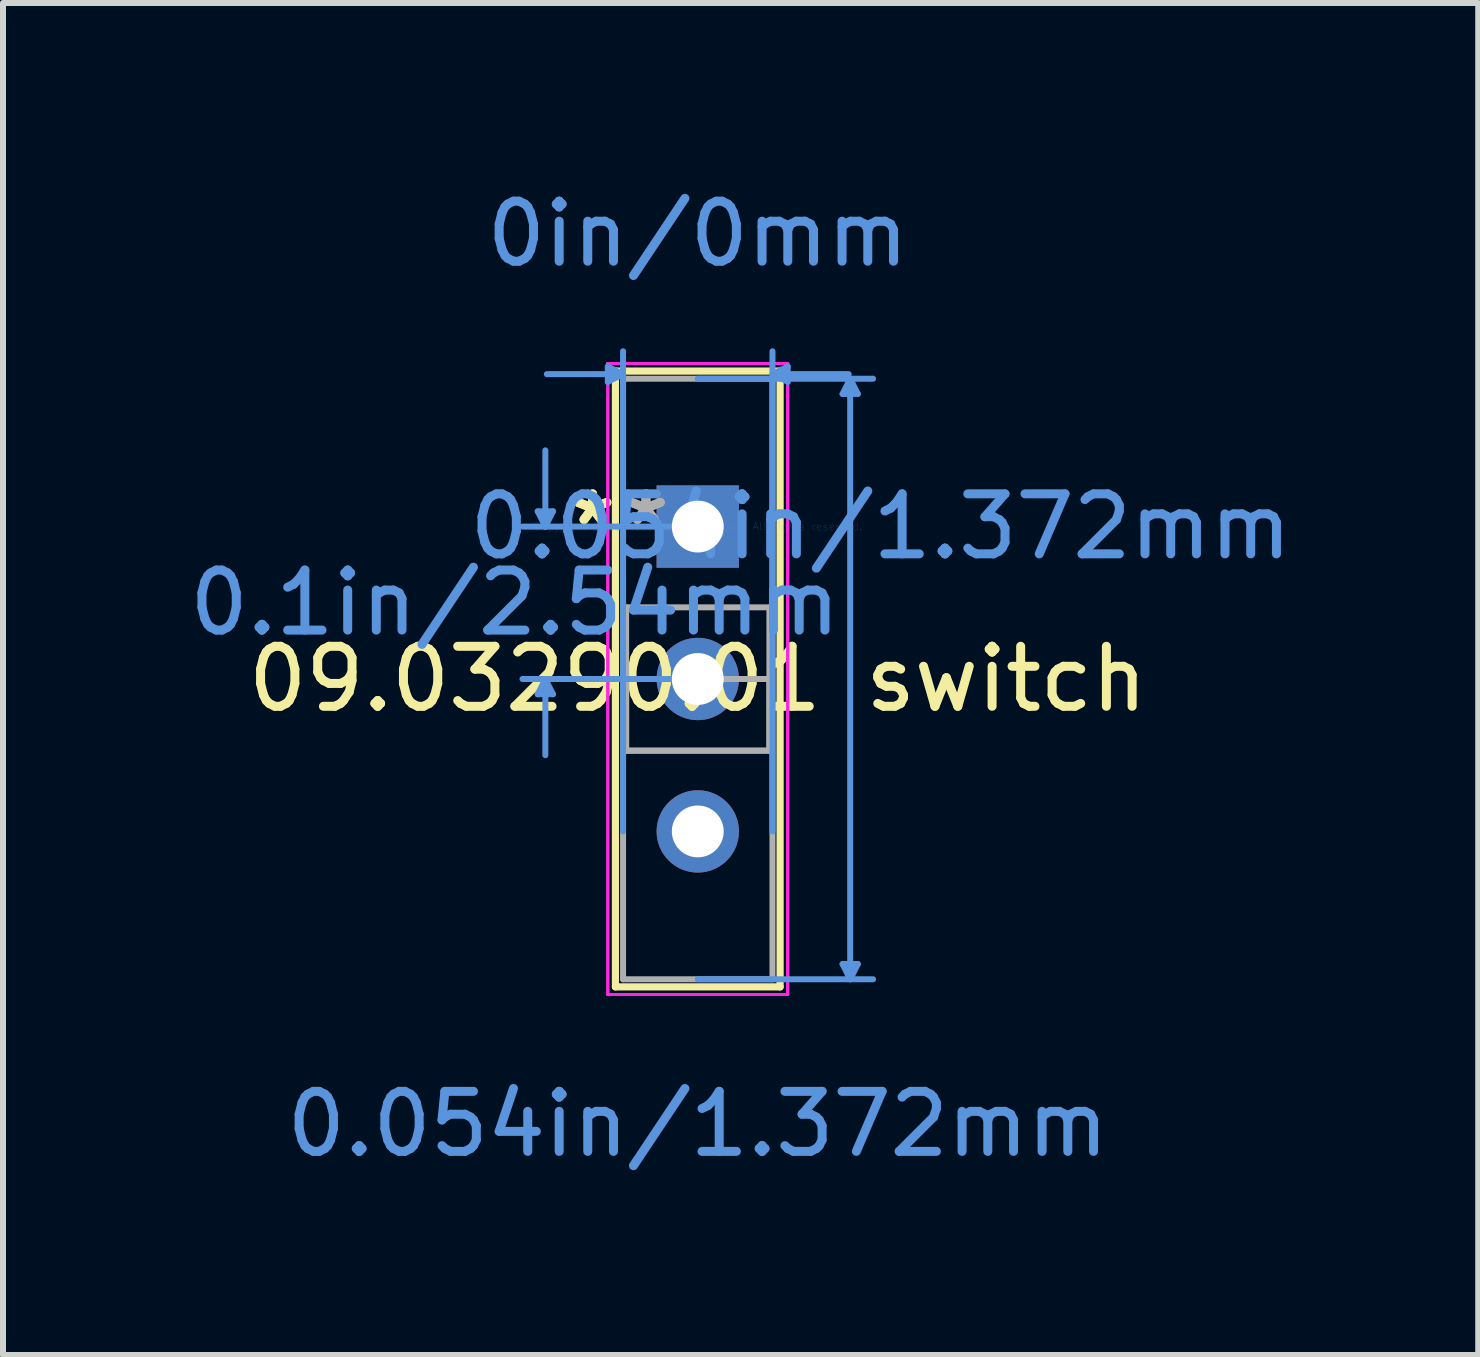
<source format=kicad_pcb>
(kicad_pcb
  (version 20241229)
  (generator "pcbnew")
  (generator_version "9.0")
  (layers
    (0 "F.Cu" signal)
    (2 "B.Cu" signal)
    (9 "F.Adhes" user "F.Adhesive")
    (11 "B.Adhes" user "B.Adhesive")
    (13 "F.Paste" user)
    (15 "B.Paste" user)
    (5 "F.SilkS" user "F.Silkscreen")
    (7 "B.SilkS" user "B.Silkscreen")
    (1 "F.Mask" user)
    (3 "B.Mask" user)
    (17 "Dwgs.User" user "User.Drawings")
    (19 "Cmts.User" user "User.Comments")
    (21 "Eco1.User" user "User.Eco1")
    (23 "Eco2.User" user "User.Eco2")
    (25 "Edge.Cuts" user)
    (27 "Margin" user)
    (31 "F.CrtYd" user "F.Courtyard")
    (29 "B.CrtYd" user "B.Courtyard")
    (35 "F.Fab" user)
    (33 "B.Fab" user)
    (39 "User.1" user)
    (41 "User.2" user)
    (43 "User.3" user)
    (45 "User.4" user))
  (footprint "09.03290.01 switch"
    (layer "F.Cu")
    (at 8.578 5.725)
    (property "Reference" "09.03290.01 switch" (at 0 2.54 0) (layer "F.SilkS") (effects (font (size 1 1) (thickness 0.15))))
    (attr through_hole)
    (fp_line (start -1.372 -2.591) (end -1.372 7.671) (stroke (width 0.12) (type solid)) (layer "F.SilkS"))
    (fp_line (start -1.372 7.671) (end 1.372 7.671) (stroke (width 0.12) (type solid)) (layer "F.SilkS"))
    (fp_line (start 1.372 -2.591) (end -1.372 -2.591) (stroke (width 0.12) (type solid)) (layer "F.SilkS"))
    (fp_line (start 1.372 7.671) (end 1.372 -2.591) (stroke (width 0.12) (type solid)) (layer "F.SilkS"))
    (fp_line (start -2.667 -0.254) (end -2.413 -0.254) (stroke (width 0.1) (type solid)) (layer "Cmts.User"))
    (fp_line (start -2.667 2.794) (end -2.413 2.794) (stroke (width 0.1) (type solid)) (layer "Cmts.User"))
    (fp_line (start -2.54 0) (end -2.667 -0.254) (stroke (width 0.1) (type solid)) (layer "Cmts.User"))
    (fp_line (start -2.54 0) (end -2.54 -1.27) (stroke (width 0.1) (type solid)) (layer "Cmts.User"))
    (fp_line (start -2.54 0) (end -2.413 -0.254) (stroke (width 0.1) (type solid)) (layer "Cmts.User"))
    (fp_line (start -2.54 2.54) (end -2.667 2.794) (stroke (width 0.1) (type solid)) (layer "Cmts.User"))
    (fp_line (start -2.54 2.54) (end -2.54 3.81) (stroke (width 0.1) (type solid)) (layer "Cmts.User"))
    (fp_line (start -2.54 2.54) (end -2.413 2.794) (stroke (width 0.1) (type solid)) (layer "Cmts.User"))
    (fp_line (start -1.499 -2.667) (end -1.499 -2.413) (stroke (width 0.1) (type solid)) (layer "Cmts.User"))
    (fp_line (start -1.245 -2.54) (end -2.515 -2.54) (stroke (width 0.1) (type solid)) (layer "Cmts.User"))
    (fp_line (start -1.245 -2.54) (end -1.499 -2.667) (stroke (width 0.1) (type solid)) (layer "Cmts.User"))
    (fp_line (start -1.245 -2.54) (end -1.499 -2.413) (stroke (width 0.1) (type solid)) (layer "Cmts.User"))
    (fp_line (start -1.245 5.08) (end -1.245 -2.921) (stroke (width 0.1) (type solid)) (layer "Cmts.User"))
    (fp_line (start 0 -2.464) (end 2.921 -2.464) (stroke (width 0.1) (type solid)) (layer "Cmts.User"))
    (fp_line (start 0 0) (end -2.921 0) (stroke (width 0.1) (type solid)) (layer "Cmts.User"))
    (fp_line (start 0 2.54) (end -2.921 2.54) (stroke (width 0.1) (type solid)) (layer "Cmts.User"))
    (fp_line (start 0 7.544) (end 2.921 7.544) (stroke (width 0.1) (type solid)) (layer "Cmts.User"))
    (fp_line (start 1.245 -2.54) (end 1.499 -2.667) (stroke (width 0.1) (type solid)) (layer "Cmts.User"))
    (fp_line (start 1.245 -2.54) (end 1.499 -2.413) (stroke (width 0.1) (type solid)) (layer "Cmts.User"))
    (fp_line (start 1.245 -2.54) (end 2.515 -2.54) (stroke (width 0.1) (type solid)) (layer "Cmts.User"))
    (fp_line (start 1.245 5.08) (end 1.245 -2.921) (stroke (width 0.1) (type solid)) (layer "Cmts.User"))
    (fp_line (start 1.499 -2.667) (end 1.499 -2.413) (stroke (width 0.1) (type solid)) (layer "Cmts.User"))
    (fp_line (start 2.413 -2.21) (end 2.667 -2.21) (stroke (width 0.1) (type solid)) (layer "Cmts.User"))
    (fp_line (start 2.413 7.29) (end 2.667 7.29) (stroke (width 0.1) (type solid)) (layer "Cmts.User"))
    (fp_line (start 2.54 -2.464) (end 2.413 -2.21) (stroke (width 0.1) (type solid)) (layer "Cmts.User"))
    (fp_line (start 2.54 -2.464) (end 2.54 7.544) (stroke (width 0.1) (type solid)) (layer "Cmts.User"))
    (fp_line (start 2.54 -2.464) (end 2.667 -2.21) (stroke (width 0.1) (type solid)) (layer "Cmts.User"))
    (fp_line (start 2.54 7.544) (end 2.413 7.29) (stroke (width 0.1) (type solid)) (layer "Cmts.User"))
    (fp_line (start 2.54 7.544) (end 2.667 7.29) (stroke (width 0.1) (type solid)) (layer "Cmts.User"))
    (fp_line (start -1.499 -2.718) (end -1.499 7.798) (stroke (width 0.05) (type solid)) (layer "F.CrtYd"))
    (fp_line (start -1.499 -2.718) (end 1.499 -2.718) (stroke (width 0.05) (type solid)) (layer "F.CrtYd"))
    (fp_line (start -1.499 7.798) (end -1.499 -2.718) (stroke (width 0.05) (type solid)) (layer "F.CrtYd"))
    (fp_line (start -1.499 7.798) (end 1.499 7.798) (stroke (width 0.05) (type solid)) (layer "F.CrtYd"))
    (fp_line (start 1.499 -2.718) (end -1.499 -2.718) (stroke (width 0.05) (type solid)) (layer "F.CrtYd"))
    (fp_line (start 1.499 -2.718) (end 1.499 7.798) (stroke (width 0.05) (type solid)) (layer "F.CrtYd"))
    (fp_line (start 1.499 7.798) (end -1.499 7.798) (stroke (width 0.05) (type solid)) (layer "F.CrtYd"))
    (fp_line (start 1.499 7.798) (end 1.499 -2.718) (stroke (width 0.05) (type solid)) (layer "F.CrtYd"))
    (fp_line (start -1.245 -2.464) (end -1.245 7.544) (stroke (width 0.1) (type solid)) (layer "F.Fab"))
    (fp_line (start -1.245 7.544) (end 1.245 7.544) (stroke (width 0.1) (type solid)) (layer "F.Fab"))
    (fp_line (start -1.194 1.346) (end 1.194 1.346) (stroke (width 0.1) (type solid)) (layer "F.Fab"))
    (fp_line (start -1.194 2.54) (end 1.194 2.54) (stroke (width 0.1) (type solid)) (layer "F.Fab"))
    (fp_line (start -1.194 3.734) (end -1.194 1.346) (stroke (width 0.1) (type solid)) (layer "F.Fab"))
    (fp_line (start -1.194 3.734) (end -1.194 2.54) (stroke (width 0.1) (type solid)) (layer "F.Fab"))
    (fp_line (start 1.194 1.346) (end 1.194 3.734) (stroke (width 0.1) (type solid)) (layer "F.Fab"))
    (fp_line (start 1.194 2.54) (end 1.194 3.734) (stroke (width 0.1) (type solid)) (layer "F.Fab"))
    (fp_line (start 1.194 3.734) (end -1.194 3.734) (stroke (width 0.1) (type solid)) (layer "F.Fab"))
    (fp_line (start 1.194 3.734) (end -1.194 3.734) (stroke (width 0.1) (type solid)) (layer "F.Fab"))
    (fp_line (start 1.245 -2.464) (end -1.245 -2.464) (stroke (width 0.1) (type solid)) (layer "F.Fab"))
    (fp_line (start 1.245 7.544) (end 1.245 -2.464) (stroke (width 0.1) (type solid)) (layer "F.Fab"))
    (fp_text user "*" (at -1.753 0 0) (layer "F.SilkS") (effects (font (size 1 1) (thickness 0.15))))
    (fp_text user "*" (at -1.753 0 0) (layer "F.SilkS") (effects (font (size 1 1) (thickness 0.15))))
    (fp_text user "Copyright 2021 Accelerated Designs. All rights reserved." (at 0 0 0) (layer "Cmts.User") (effects (font (size 0.127 0.127) (thickness 0.002))))
    (fp_text user "0.1in/2.54mm" (at -3.048 1.27 0) (layer "Cmts.User") (effects (font (size 1 1) (thickness 0.15))))
    (fp_text user "0in/0mm" (at 0 -4.877 0) (layer "Cmts.User") (effects (font (size 1 1) (thickness 0.15))))
    (fp_text user "0.054in/1.372mm" (at 0 9.957 0) (layer "Cmts.User") (effects (font (size 1 1) (thickness 0.15))))
    (fp_text user "0.054in/1.372mm" (at 3.048 0 0) (layer "Cmts.User") (effects (font (size 1 1) (thickness 0.15))))
    (fp_text user "*" (at -0.864 0 0) (layer "F.Fab") (effects (font (size 1 1) (thickness 0.15))))
    (fp_text user "*" (at -0.864 0 0) (layer "F.Fab") (effects (font (size 1 1) (thickness 0.15))))
    (pad "1" thru_hole circle (at 0 2.54) (size 1.372 1.372) (drill 0.864) (layers "*.Cu" "*.Mask"))
    (pad "2" thru_hole circle (at 0 5.08) (size 1.372 1.372) (drill 0.864) (layers "*.Cu" "*.Mask"))
    (pad "3" thru_hole rect (at 0 0) (size 1.372 1.372) (drill 0.864) (layers "*.Cu" "*.Mask")))
  (gr_rect
    (start -3 -3)
    (end 21.584 19.53)
    (stroke (width 0.1) (type default))
    (fill no)
    (layer "Edge.Cuts")))
</source>
